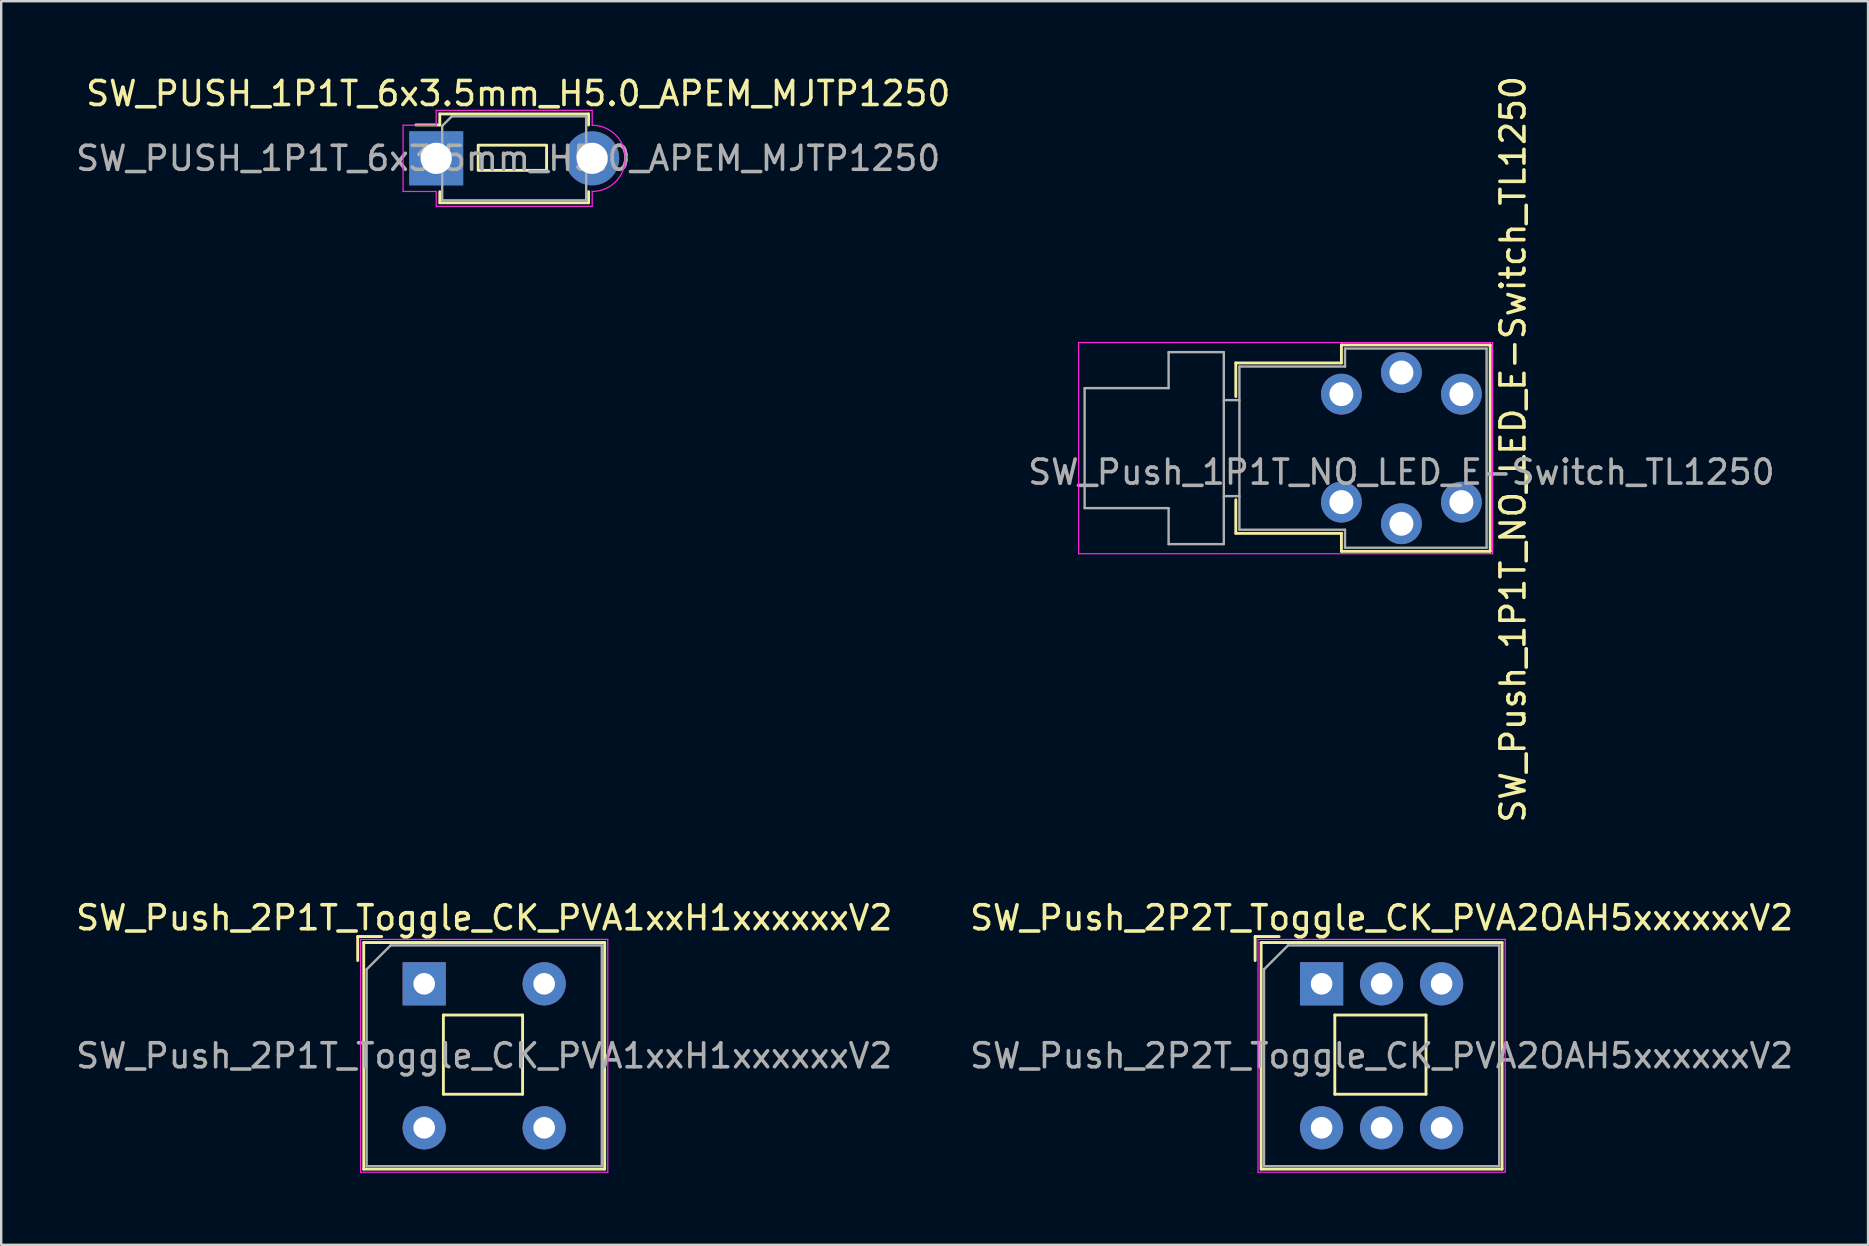
<source format=kicad_pcb>
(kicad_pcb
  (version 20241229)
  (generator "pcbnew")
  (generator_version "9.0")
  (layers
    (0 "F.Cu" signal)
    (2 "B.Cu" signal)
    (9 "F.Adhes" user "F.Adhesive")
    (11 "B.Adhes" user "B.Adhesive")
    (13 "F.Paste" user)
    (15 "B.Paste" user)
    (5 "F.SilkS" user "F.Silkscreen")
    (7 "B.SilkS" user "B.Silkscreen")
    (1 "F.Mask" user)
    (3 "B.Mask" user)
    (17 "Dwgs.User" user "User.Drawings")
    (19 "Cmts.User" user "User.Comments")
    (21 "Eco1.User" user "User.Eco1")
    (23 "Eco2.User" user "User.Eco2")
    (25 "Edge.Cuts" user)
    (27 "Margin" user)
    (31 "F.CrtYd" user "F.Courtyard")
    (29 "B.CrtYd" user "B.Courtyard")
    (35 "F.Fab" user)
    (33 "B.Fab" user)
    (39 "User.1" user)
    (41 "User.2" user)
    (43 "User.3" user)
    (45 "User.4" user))
  (footprint "SW_Push_1P1T_NO_LED_E-Switch_TL1250"
    (layer "F.Cu")
    (at 52.843 13.373)
    (property "Reference" "SW_Push_1P1T_NO_LED_E-Switch_TL1250" (at 7.15 2.3 90) (layer "F.SilkS") (effects (font (size 1 1) (thickness 0.15))))
    (attr through_hole)
    (fp_line (start -4.4 -1.3) (end -4.4 0.1) (stroke (width 0.12) (type solid)) (layer "F.SilkS"))
    (fp_line (start -4.4 5.8) (end -4.4 4.4) (stroke (width 0.12) (type solid)) (layer "F.SilkS"))
    (fp_line (start 0 -2.05) (end 6.2 -2.05) (stroke (width 0.12) (type solid)) (layer "F.SilkS"))
    (fp_line (start 0 -1.3) (end -4.4 -1.3) (stroke (width 0.12) (type solid)) (layer "F.SilkS"))
    (fp_line (start 0 -1.3) (end 0 -2.05) (stroke (width 0.12) (type solid)) (layer "F.SilkS"))
    (fp_line (start 0 5.8) (end -4.4 5.8) (stroke (width 0.12) (type solid)) (layer "F.SilkS"))
    (fp_line (start 0 6.55) (end 0 5.8) (stroke (width 0.12) (type solid)) (layer "F.SilkS"))
    (fp_line (start 6.2 -2.05) (end 6.2 6.55) (stroke (width 0.12) (type solid)) (layer "F.SilkS"))
    (fp_line (start 6.2 6.55) (end 0 6.55) (stroke (width 0.12) (type solid)) (layer "F.SilkS"))
    (fp_line (start -10.95 6.65) (end -10.95 -2.15) (stroke (width 0.05) (type solid)) (layer "F.CrtYd"))
    (fp_line (start 6.3 -2.15) (end -10.95 -2.15) (stroke (width 0.05) (type solid)) (layer "F.CrtYd"))
    (fp_line (start 6.3 -2.15) (end 6.3 6.65) (stroke (width 0.05) (type solid)) (layer "F.CrtYd"))
    (fp_line (start 6.3 6.65) (end -10.95 6.65) (stroke (width 0.05) (type solid)) (layer "F.CrtYd"))
    (fp_line (start -10.7 -0.25) (end -10.7 4.75) (stroke (width 0.1) (type solid)) (layer "F.Fab"))
    (fp_line (start -10.7 4.75) (end -7.2 4.75) (stroke (width 0.1) (type solid)) (layer "F.Fab"))
    (fp_line (start -7.2 -1.75) (end -7.2 -0.25) (stroke (width 0.1) (type solid)) (layer "F.Fab"))
    (fp_line (start -7.2 -0.25) (end -10.7 -0.25) (stroke (width 0.1) (type solid)) (layer "F.Fab"))
    (fp_line (start -7.2 4.75) (end -7.2 6.25) (stroke (width 0.1) (type solid)) (layer "F.Fab"))
    (fp_line (start -7.2 6.25) (end -4.9 6.25) (stroke (width 0.1) (type solid)) (layer "F.Fab"))
    (fp_line (start -4.9 -1.75) (end -7.2 -1.75) (stroke (width 0.1) (type solid)) (layer "F.Fab"))
    (fp_line (start -4.9 0.25) (end -4.25 0.25) (stroke (width 0.1) (type solid)) (layer "F.Fab"))
    (fp_line (start -4.9 4.25) (end -4.25 4.25) (stroke (width 0.1) (type solid)) (layer "F.Fab"))
    (fp_line (start -4.9 6.25) (end -4.9 -1.75) (stroke (width 0.1) (type solid)) (layer "F.Fab"))
    (fp_line (start -4.25 -1.15) (end -4.25 5.65) (stroke (width 0.1) (type solid)) (layer "F.Fab"))
    (fp_line (start -4.25 5.65) (end 0.15 5.65) (stroke (width 0.1) (type solid)) (layer "F.Fab"))
    (fp_line (start 0.15 -1.9) (end 0.15 -1.15) (stroke (width 0.1) (type solid)) (layer "F.Fab"))
    (fp_line (start 0.15 -1.15) (end -4.25 -1.15) (stroke (width 0.1) (type solid)) (layer "F.Fab"))
    (fp_line (start 0.15 5.65) (end 0.15 6.4) (stroke (width 0.1) (type solid)) (layer "F.Fab"))
    (fp_line (start 0.15 6.4) (end 6.05 6.4) (stroke (width 0.1) (type solid)) (layer "F.Fab"))
    (fp_line (start 6.05 -1.9) (end 0.15 -1.9) (stroke (width 0.1) (type solid)) (layer "F.Fab"))
    (fp_line (start 6.05 6.4) (end 6.05 -1.9) (stroke (width 0.1) (type solid)) (layer "F.Fab"))
    (fp_text user "${REFERENCE}" (at 2.5 3.25 0) (layer "F.Fab") (effects (font (size 1 1) (thickness 0.15))))
    (pad "1" thru_hole circle (at 0 0) (size 1.7 1.7) (drill 1) (layers "*.Cu" "*.Mask"))
    (pad "1" thru_hole circle (at 5 0) (size 1.7 1.7) (drill 1) (layers "*.Cu" "*.Mask"))
    (pad "2" thru_hole circle (at 0 4.5) (size 1.7 1.7) (drill 1) (layers "*.Cu" "*.Mask"))
    (pad "2" thru_hole circle (at 5 4.5) (size 1.7 1.7) (drill 1) (layers "*.Cu" "*.Mask"))
    (pad "3" thru_hole circle (at 2.5 -0.9) (size 1.7 1.7) (drill 1) (layers "*.Cu" "*.Mask"))
    (pad "4" thru_hole circle (at 2.5 5.4) (size 1.7 1.7) (drill 1) (layers "*.Cu" "*.Mask")))
  (footprint "SW_PUSH_1P1T_6x3.5mm_H5.0_APEM_MJTP1250"
    (layer "F.Cu")
    (at 15.125 3.548)
    (property "Reference" "SW_PUSH_1P1T_6x3.5mm_H5.0_APEM_MJTP1250" (at 3.42 -2.7 0) (layer "F.SilkS") (effects (font (size 1 1) (thickness 0.15))))
    (attr through_hole)
    (fp_line (start 0.15 -1.85) (end 0.15 -1.39) (stroke (width 0.12) (type default)) (layer "F.SilkS"))
    (fp_line (start 0.15 -1.39) (end -0.85 -1.39) (stroke (width 0.12) (type default)) (layer "F.SilkS"))
    (fp_line (start 0.15 1.39) (end 0.15 1.85) (stroke (width 0.12) (type solid)) (layer "F.SilkS"))
    (fp_line (start 0.15 1.85) (end 6.35 1.85) (stroke (width 0.12) (type solid)) (layer "F.SilkS"))
    (fp_line (start 6.35 -1.85) (end 0.15 -1.85) (stroke (width 0.12) (type solid)) (layer "F.SilkS"))
    (fp_line (start 6.35 -1.85) (end 6.35 -1.39) (stroke (width 0.12) (type solid)) (layer "F.SilkS"))
    (fp_line (start 6.35 1.39) (end 6.35 1.85) (stroke (width 0.12) (type solid)) (layer "F.SilkS"))
    (fp_rect (start 1.75 -0.55) (end 4.6 0.5) (stroke (width 0.12) (type default)) (fill no) (layer "F.SilkS"))
    (fp_line (start -1.38 -1.38) (end 0 -1.38) (stroke (width 0.05) (type default)) (layer "F.CrtYd"))
    (fp_line (start -1.38 1.38) (end -1.38 -1.38) (stroke (width 0.05) (type solid)) (layer "F.CrtYd"))
    (fp_line (start -1.38 1.38) (end 0 1.38) (stroke (width 0.05) (type default)) (layer "F.CrtYd"))
    (fp_line (start 0 -2) (end 0 -1.38) (stroke (width 0.05) (type default)) (layer "F.CrtYd"))
    (fp_line (start 0 -2) (end 6.5 -2) (stroke (width 0.05) (type solid)) (layer "F.CrtYd"))
    (fp_line (start 0 1.38) (end 0 2) (stroke (width 0.05) (type default)) (layer "F.CrtYd"))
    (fp_line (start 6.5 -2) (end 6.5 -1.38) (stroke (width 0.05) (type default)) (layer "F.CrtYd"))
    (fp_line (start 6.5 1.38) (end 6.5 2) (stroke (width 0.05) (type default)) (layer "F.CrtYd"))
    (fp_line (start 6.5 2) (end 0 2) (stroke (width 0.05) (type solid)) (layer "F.CrtYd"))
    (fp_arc (start 6.5 -1.38) (mid 7.88 0) (end 6.5 1.38) (stroke (width 0.05) (type default)) (layer "F.CrtYd"))
    (fp_line (start 0.25 1.75) (end 0.25 -1.35) (stroke (width 0.1) (type solid)) (layer "F.Fab"))
    (fp_line (start 0.65 -1.75) (end 0.25 -1.35) (stroke (width 0.1) (type default)) (layer "F.Fab"))
    (fp_line (start 0.65 -1.75) (end 6.25 -1.75) (stroke (width 0.1) (type solid)) (layer "F.Fab"))
    (fp_line (start 6.25 -1.75) (end 6.25 1.75) (stroke (width 0.1) (type solid)) (layer "F.Fab"))
    (fp_line (start 6.25 1.75) (end 0.25 1.75) (stroke (width 0.1) (type solid)) (layer "F.Fab"))
    (fp_text user "${REFERENCE}" (at 3 0 0) (layer "F.Fab") (effects (font (size 1 1) (thickness 0.15))))
    (pad "1" thru_hole rect (at 0 0 90) (size 2.25 2.25) (drill 1.3) (layers "*.Cu" "*.Mask"))
    (pad "2" thru_hole circle (at 6.5 0 90) (size 2.25 2.25) (drill 1.3) (layers "*.Cu" "*.Mask")))
  (footprint "SW_Push_2P1T_Toggle_CK_PVA1xxH1xxxxxxV2"
    (layer "F.Cu")
    (at 14.625 37.943)
    (property "Reference" "SW_Push_2P1T_Toggle_CK_PVA1xxH1xxxxxxV2" (at 2.5 -2.75 0) (layer "F.SilkS") (effects (font (size 1 1) (thickness 0.15))))
    (attr through_hole)
    (fp_line (start -2.77 -0.97) (end -2.77 -1.97) (stroke (width 0.12) (type solid)) (layer "F.SilkS"))
    (fp_line (start -2.52 7.72) (end -2.52 -1.72) (stroke (width 0.12) (type solid)) (layer "F.SilkS"))
    (fp_line (start -1.77 -1.97) (end -2.77 -1.97) (stroke (width 0.12) (type solid)) (layer "F.SilkS"))
    (fp_line (start 0.8 1.3) (end 0.8 4.6) (stroke (width 0.12) (type solid)) (layer "F.SilkS"))
    (fp_line (start 4.1 1.3) (end 0.8 1.3) (stroke (width 0.12) (type solid)) (layer "F.SilkS"))
    (fp_line (start 4.1 1.3) (end 4.1 4.6) (stroke (width 0.12) (type solid)) (layer "F.SilkS"))
    (fp_line (start 4.1 4.6) (end 0.8 4.6) (stroke (width 0.12) (type solid)) (layer "F.SilkS"))
    (fp_line (start 7.52 -1.72) (end -2.52 -1.72) (stroke (width 0.12) (type solid)) (layer "F.SilkS"))
    (fp_line (start 7.52 7.72) (end -2.52 7.72) (stroke (width 0.12) (type solid)) (layer "F.SilkS"))
    (fp_line (start 7.52 7.72) (end 7.52 -1.72) (stroke (width 0.12) (type solid)) (layer "F.SilkS"))
    (fp_line (start -2.65 -1.85) (end 7.65 -1.85) (stroke (width 0.05) (type solid)) (layer "F.CrtYd"))
    (fp_line (start -2.65 7.85) (end -2.65 -1.85) (stroke (width 0.05) (type solid)) (layer "F.CrtYd"))
    (fp_line (start -2.65 7.85) (end 7.65 7.85) (stroke (width 0.05) (type solid)) (layer "F.CrtYd"))
    (fp_line (start 7.65 -1.85) (end 7.65 7.85) (stroke (width 0.05) (type solid)) (layer "F.CrtYd"))
    (fp_line (start -2.4 -0.6) (end -1.4 -1.6) (stroke (width 0.1) (type solid)) (layer "F.Fab"))
    (fp_line (start -2.4 7.6) (end -2.4 -0.6) (stroke (width 0.1) (type solid)) (layer "F.Fab"))
    (fp_line (start -1.4 -1.6) (end 7.4 -1.6) (stroke (width 0.1) (type solid)) (layer "F.Fab"))
    (fp_line (start 7.4 -1.6) (end 7.4 7.6) (stroke (width 0.1) (type solid)) (layer "F.Fab"))
    (fp_line (start 7.4 7.6) (end -2.4 7.6) (stroke (width 0.1) (type solid)) (layer "F.Fab"))
    (fp_text user "${REFERENCE}" (at 2.5 3 0) (layer "F.Fab") (effects (font (size 1 1) (thickness 0.15))))
    (pad "1" thru_hole rect (at 0 0) (size 1.8 1.8) (drill 0.9) (layers "*.Cu" "*.Mask"))
    (pad "2" thru_hole circle (at 5 0) (size 1.8 1.8) (drill 0.9) (layers "*.Cu" "*.Mask"))
    (pad "3" thru_hole circle (at 0 6) (size 1.8 1.8) (drill 0.9) (layers "*.Cu" "*.Mask"))
    (pad "4" thru_hole circle (at 5 6) (size 1.8 1.8) (drill 0.9) (layers "*.Cu" "*.Mask")))
  (footprint "SW_Push_2P2T_Toggle_CK_PVA2OAH5xxxxxxV2"
    (layer "F.Cu")
    (at 52.018 37.943)
    (property "Reference" "SW_Push_2P2T_Toggle_CK_PVA2OAH5xxxxxxV2" (at 2.5 -2.75 0) (layer "F.SilkS") (effects (font (size 1 1) (thickness 0.15))))
    (attr through_hole)
    (fp_line (start -2.77 -0.97) (end -2.77 -1.97) (stroke (width 0.12) (type solid)) (layer "F.SilkS"))
    (fp_line (start -2.52 7.72) (end -2.52 -1.72) (stroke (width 0.12) (type solid)) (layer "F.SilkS"))
    (fp_line (start -1.77 -1.97) (end -2.77 -1.97) (stroke (width 0.12) (type solid)) (layer "F.SilkS"))
    (fp_line (start 0.55 1.3) (end 0.55 4.6) (stroke (width 0.12) (type solid)) (layer "F.SilkS"))
    (fp_line (start 4.35 1.3) (end 0.55 1.3) (stroke (width 0.12) (type solid)) (layer "F.SilkS"))
    (fp_line (start 4.35 1.3) (end 4.35 4.6) (stroke (width 0.12) (type solid)) (layer "F.SilkS"))
    (fp_line (start 4.35 4.6) (end 0.55 4.6) (stroke (width 0.12) (type solid)) (layer "F.SilkS"))
    (fp_line (start 7.52 -1.72) (end -2.52 -1.72) (stroke (width 0.12) (type solid)) (layer "F.SilkS"))
    (fp_line (start 7.52 7.72) (end -2.52 7.72) (stroke (width 0.12) (type solid)) (layer "F.SilkS"))
    (fp_line (start 7.52 7.72) (end 7.52 -1.72) (stroke (width 0.12) (type solid)) (layer "F.SilkS"))
    (fp_line (start -2.65 -1.85) (end 7.65 -1.85) (stroke (width 0.05) (type solid)) (layer "F.CrtYd"))
    (fp_line (start -2.65 7.85) (end -2.65 -1.85) (stroke (width 0.05) (type solid)) (layer "F.CrtYd"))
    (fp_line (start -2.65 7.85) (end 7.65 7.85) (stroke (width 0.05) (type solid)) (layer "F.CrtYd"))
    (fp_line (start 7.65 -1.85) (end 7.65 7.85) (stroke (width 0.05) (type solid)) (layer "F.CrtYd"))
    (fp_line (start -2.4 -0.6) (end -1.4 -1.6) (stroke (width 0.1) (type solid)) (layer "F.Fab"))
    (fp_line (start -2.4 7.6) (end -2.4 -0.6) (stroke (width 0.1) (type solid)) (layer "F.Fab"))
    (fp_line (start -1.4 -1.6) (end 7.4 -1.6) (stroke (width 0.1) (type solid)) (layer "F.Fab"))
    (fp_line (start 7.4 -1.6) (end 7.4 7.6) (stroke (width 0.1) (type solid)) (layer "F.Fab"))
    (fp_line (start 7.4 7.6) (end -2.4 7.6) (stroke (width 0.1) (type solid)) (layer "F.Fab"))
    (fp_text user "${REFERENCE}" (at 2.5 3 0) (layer "F.Fab") (effects (font (size 1 1) (thickness 0.15))))
    (pad "1" thru_hole rect (at 0 0) (size 1.8 1.8) (drill 0.9) (layers "*.Cu" "*.Mask"))
    (pad "2" thru_hole circle (at 2.5 0) (size 1.8 1.8) (drill 0.9) (layers "*.Cu" "*.Mask"))
    (pad "3" thru_hole circle (at 5 0) (size 1.8 1.8) (drill 0.9) (layers "*.Cu" "*.Mask"))
    (pad "4" thru_hole circle (at 0 6) (size 1.8 1.8) (drill 0.9) (layers "*.Cu" "*.Mask"))
    (pad "5" thru_hole circle (at 2.5 6) (size 1.8 1.8) (drill 0.9) (layers "*.Cu" "*.Mask"))
    (pad "6" thru_hole circle (at 5 6) (size 1.8 1.8) (drill 0.9) (layers "*.Cu" "*.Mask")))
  (gr_rect
    (start -3 -3)
    (end 74.786 48.818)
    (stroke (width 0.1) (type default))
    (fill no)
    (layer "Edge.Cuts")))
</source>
